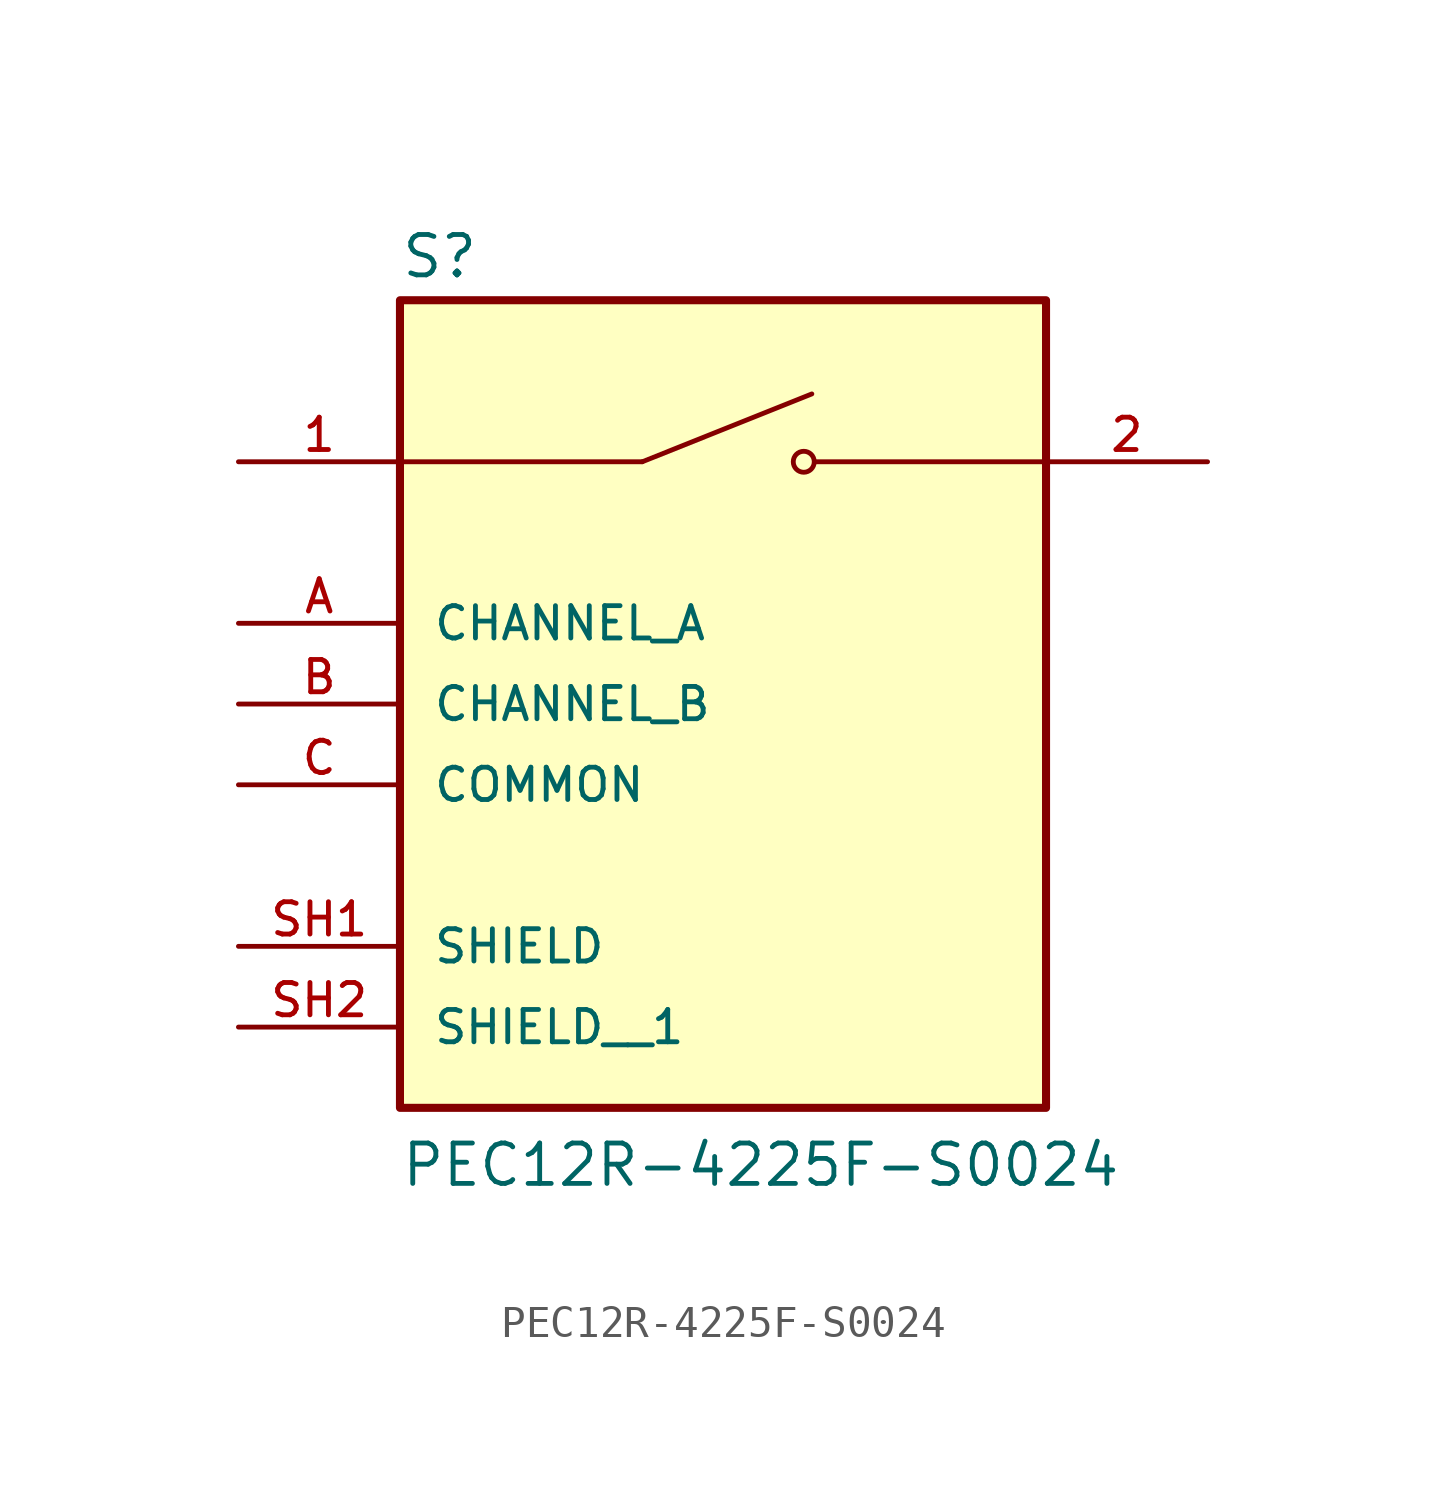
<source format=kicad_sym>
(kicad_symbol_lib
  (version 20211014)
  (generator kicad_symbol_editor)
  (symbol "PEC12R-4225F-S0024"
    (pin_names
      (offset 1.016))
    (property "Reference" "S"
      (at -10.16 10.795 0)
      (effects (font (size 1.27 1.27)) (justify bottom left)))
    (property "Value" "PEC12R-4225F-S0024"
      (at -10.16 -17.78 0)
      (effects (font (size 1.27 1.27)) (justify bottom left)))
    (symbol "PEC12R-4225F-S0024_0_0"
      (polyline (pts (xy -2.54 5.08) (xy 2.794 7.214)) (stroke (width 0.152)))
      (circle (center 2.54 5.08) (radius 0.33) (stroke (width 0.152)) (fill (type none)))
      (polyline (pts (xy 10.16 5.08) (xy 2.921 5.08)) (stroke (width 0.152)))
      (polyline (pts (xy -2.54 5.08) (xy -10.16 5.08)) (stroke (width 0.152)))
      (rectangle (start -10.16 -15.24) (end 10.16 10.16) (stroke (width 0.254)) (fill (type background)))
      (pin passive line (at -15.24 5.08 0) (length 5.08) (name "~" (effects (font (size 1.016 1.016)))) (number "1" (effects (font (size 1.016 1.016)))))
      (pin passive line (at 15.24 5.08 180.0) (length 5.08) (name "~" (effects (font (size 1.016 1.016)))) (number "2" (effects (font (size 1.016 1.016)))))
      (pin passive line (at -15.24 0.0 0) (length 5.08) (name "CHANNEL_A" (effects (font (size 1.016 1.016)))) (number "A" (effects (font (size 1.016 1.016)))))
      (pin passive line (at -15.24 -2.54 0) (length 5.08) (name "CHANNEL_B" (effects (font (size 1.016 1.016)))) (number "B" (effects (font (size 1.016 1.016)))))
      (pin passive line (at -15.24 -10.16 0) (length 5.08) (name "SHIELD" (effects (font (size 1.016 1.016)))) (number "SH1" (effects (font (size 1.016 1.016)))))
      (pin passive line (at -15.24 -5.08 0) (length 5.08) (name "COMMON" (effects (font (size 1.016 1.016)))) (number "C" (effects (font (size 1.016 1.016)))))
      (pin passive line (at -15.24 -12.7 0) (length 5.08) (name "SHIELD__1" (effects (font (size 1.016 1.016)))) (number "SH2" (effects (font (size 1.016 1.016))))))))
</source>
